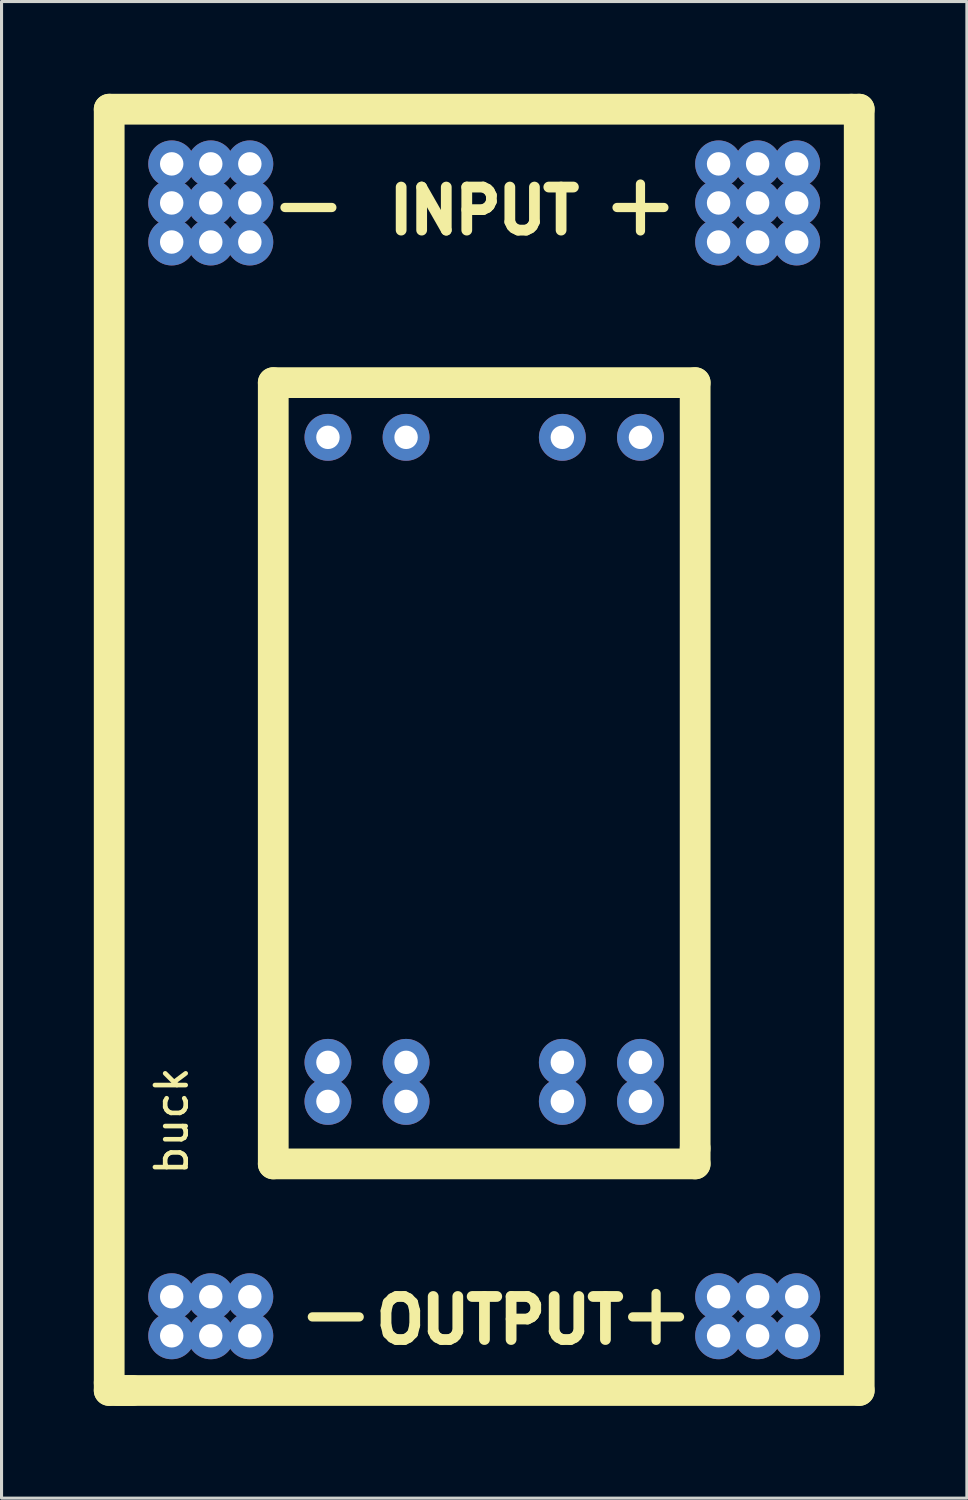
<source format=kicad_pcb>
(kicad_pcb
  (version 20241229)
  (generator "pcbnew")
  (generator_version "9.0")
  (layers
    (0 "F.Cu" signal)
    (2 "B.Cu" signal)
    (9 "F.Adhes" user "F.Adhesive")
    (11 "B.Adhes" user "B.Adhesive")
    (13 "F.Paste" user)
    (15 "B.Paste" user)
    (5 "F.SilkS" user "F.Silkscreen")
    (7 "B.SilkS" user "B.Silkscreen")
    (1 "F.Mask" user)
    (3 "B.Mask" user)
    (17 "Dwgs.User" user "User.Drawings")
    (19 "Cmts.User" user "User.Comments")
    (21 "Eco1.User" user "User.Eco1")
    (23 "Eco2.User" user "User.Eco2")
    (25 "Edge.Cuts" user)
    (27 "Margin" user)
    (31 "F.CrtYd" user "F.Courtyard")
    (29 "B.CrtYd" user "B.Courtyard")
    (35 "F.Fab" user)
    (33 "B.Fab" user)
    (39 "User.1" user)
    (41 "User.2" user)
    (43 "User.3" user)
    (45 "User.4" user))
  (footprint "buck"
    (layer "F.Cu")
    (at 3.802 2.278)
    (property "Reference" "buck" (at -1.27 31.115 90) (layer "F.SilkS") (effects (font (size 1 1) (thickness 0.15))))
    (attr through_hole)
    (fp_line (start -3.302 -1.778) (end -3.302 39.624) (stroke (width 1) (type solid)) (layer "F.SilkS"))
    (fp_line (start -3.302 -1.778) (end 20.828 -1.778) (stroke (width 1) (type solid)) (layer "F.SilkS"))
    (fp_line (start -3.302 39.624) (end -3.302 39.878) (stroke (width 1) (type solid)) (layer "F.SilkS"))
    (fp_line (start -3.302 39.878) (end -2.54 39.878) (stroke (width 1) (type solid)) (layer "F.SilkS"))
    (fp_line (start -3.048 39.878) (end 21.082 39.878) (stroke (width 1) (type solid)) (layer "F.SilkS"))
    (fp_line (start 2.032 7.112) (end 15.748 7.112) (stroke (width 1) (type solid)) (layer "F.SilkS"))
    (fp_line (start 2.032 32.512) (end 2.032 7.112) (stroke (width 1) (type solid)) (layer "F.SilkS"))
    (fp_line (start 15.748 7.112) (end 15.748 32.004) (stroke (width 1) (type solid)) (layer "F.SilkS"))
    (fp_line (start 15.748 32.004) (end 15.748 32.512) (stroke (width 1) (type solid)) (layer "F.SilkS"))
    (fp_line (start 15.748 32.512) (end 2.032 32.512) (stroke (width 1) (type solid)) (layer "F.SilkS"))
    (fp_line (start 21.082 -1.778) (end 20.828 -1.778) (stroke (width 1) (type solid)) (layer "F.SilkS"))
    (fp_line (start 21.082 39.878) (end 21.082 -1.778) (stroke (width 1) (type solid)) (layer "F.SilkS"))
    (fp_text user "-" (at 4.064 37.338 0) (layer "F.SilkS") (effects (font (size 2 2) (thickness 0.3))))
    (fp_text user "OUTPUT" (at 9.398 37.592 180) (layer "F.SilkS") (effects (font (size 1.4 1.4) (thickness 0.35))))
    (fp_text user "INPUT" (at 8.89 1.524 180) (layer "F.SilkS") (effects (font (size 1.4 1.4) (thickness 0.35))))
    (fp_text user "+" (at 14.478 37.338 0) (layer "F.SilkS") (effects (font (size 2 2) (thickness 0.3))))
    (fp_text user "-" (at 3.175 1.27 0) (layer "F.SilkS") (effects (font (size 2 2) (thickness 0.3))))
    (fp_text user "+" (at 13.97 1.27 0) (layer "F.SilkS") (effects (font (size 2 2) (thickness 0.3))))
    (pad "1" thru_hole circle (at -1.27 0) (size 1.524 1.524) (drill 0.762) (layers "*.Cu" "*.Mask"))
    (pad "1" thru_hole circle (at -1.27 1.27) (size 1.524 1.524) (drill 0.762) (layers "*.Cu" "*.Mask"))
    (pad "1" thru_hole circle (at -1.27 2.54) (size 1.524 1.524) (drill 0.762) (layers "*.Cu" "*.Mask"))
    (pad "1" thru_hole circle (at 0 0) (size 1.524 1.524) (drill 0.762) (layers "*.Cu" "*.Mask"))
    (pad "1" thru_hole circle (at 0 1.27) (size 1.524 1.524) (drill 0.762) (layers "*.Cu" "*.Mask"))
    (pad "1" thru_hole circle (at 0 2.54) (size 1.524 1.524) (drill 0.762) (layers "*.Cu" "*.Mask"))
    (pad "1" thru_hole circle (at 1.27 0) (size 1.524 1.524) (drill 0.762) (layers "*.Cu" "*.Mask"))
    (pad "1" thru_hole circle (at 1.27 1.27) (size 1.524 1.524) (drill 0.762) (layers "*.Cu" "*.Mask"))
    (pad "1" thru_hole circle (at 1.27 2.54) (size 1.524 1.524) (drill 0.762) (layers "*.Cu" "*.Mask"))
    (pad "1" thru_hole circle (at 11.43 8.89) (size 1.524 1.524) (drill 0.762) (layers "*.Cu" "*.Mask"))
    (pad "1" thru_hole circle (at 13.97 8.89) (size 1.524 1.524) (drill 0.762) (layers "*.Cu" "*.Mask"))
    (pad "2" thru_hole circle (at 3.81 8.89) (size 1.524 1.524) (drill 0.762) (layers "*.Cu" "*.Mask"))
    (pad "2" thru_hole circle (at 6.35 8.89) (size 1.524 1.524) (drill 0.762) (layers "*.Cu" "*.Mask"))
    (pad "2" thru_hole circle (at 16.51 0) (size 1.524 1.524) (drill 0.762) (layers "*.Cu" "*.Mask"))
    (pad "2" thru_hole circle (at 16.51 1.27) (size 1.524 1.524) (drill 0.762) (layers "*.Cu" "*.Mask"))
    (pad "2" thru_hole circle (at 16.51 2.54) (size 1.524 1.524) (drill 0.762) (layers "*.Cu" "*.Mask"))
    (pad "2" thru_hole circle (at 17.78 0) (size 1.524 1.524) (drill 0.762) (layers "*.Cu" "*.Mask"))
    (pad "2" thru_hole circle (at 17.78 1.27) (size 1.524 1.524) (drill 0.762) (layers "*.Cu" "*.Mask"))
    (pad "2" thru_hole circle (at 17.78 2.54) (size 1.524 1.524) (drill 0.762) (layers "*.Cu" "*.Mask"))
    (pad "2" thru_hole circle (at 19.05 0) (size 1.524 1.524) (drill 0.762) (layers "*.Cu" "*.Mask"))
    (pad "2" thru_hole circle (at 19.05 1.27) (size 1.524 1.524) (drill 0.762) (layers "*.Cu" "*.Mask"))
    (pad "2" thru_hole circle (at 19.05 2.54) (size 1.524 1.524) (drill 0.762) (layers "*.Cu" "*.Mask"))
    (pad "3" thru_hole circle (at -1.27 36.83) (size 1.524 1.524) (drill 0.762) (layers "*.Cu" "*.Mask"))
    (pad "3" thru_hole circle (at -1.27 38.1) (size 1.524 1.524) (drill 0.762) (layers "*.Cu" "*.Mask"))
    (pad "3" thru_hole circle (at 0 36.83) (size 1.524 1.524) (drill 0.762) (layers "*.Cu" "*.Mask"))
    (pad "3" thru_hole circle (at 0 38.1) (size 1.524 1.524) (drill 0.762) (layers "*.Cu" "*.Mask"))
    (pad "3" thru_hole circle (at 1.27 36.83) (size 1.524 1.524) (drill 0.762) (layers "*.Cu" "*.Mask"))
    (pad "3" thru_hole circle (at 1.27 38.1) (size 1.524 1.524) (drill 0.762) (layers "*.Cu" "*.Mask"))
    (pad "3" thru_hole circle (at 11.43 29.21) (size 1.524 1.524) (drill 0.762) (layers "*.Cu" "*.Mask"))
    (pad "3" thru_hole circle (at 11.43 30.48) (size 1.524 1.524) (drill 0.762) (layers "*.Cu" "*.Mask"))
    (pad "3" thru_hole circle (at 13.97 29.21) (size 1.524 1.524) (drill 0.762) (layers "*.Cu" "*.Mask"))
    (pad "3" thru_hole circle (at 13.97 30.48) (size 1.524 1.524) (drill 0.762) (layers "*.Cu" "*.Mask"))
    (pad "4" thru_hole circle (at 3.81 29.21) (size 1.524 1.524) (drill 0.762) (layers "*.Cu" "*.Mask"))
    (pad "4" thru_hole circle (at 3.81 30.48) (size 1.524 1.524) (drill 0.762) (layers "*.Cu" "*.Mask"))
    (pad "4" thru_hole circle (at 6.35 29.21) (size 1.524 1.524) (drill 0.762) (layers "*.Cu" "*.Mask"))
    (pad "4" thru_hole circle (at 6.35 30.48) (size 1.524 1.524) (drill 0.762) (layers "*.Cu" "*.Mask"))
    (pad "4" thru_hole circle (at 16.51 36.83) (size 1.524 1.524) (drill 0.762) (layers "*.Cu" "*.Mask"))
    (pad "4" thru_hole circle (at 16.51 38.1) (size 1.524 1.524) (drill 0.762) (layers "*.Cu" "*.Mask"))
    (pad "4" thru_hole circle (at 17.78 36.83) (size 1.524 1.524) (drill 0.762) (layers "*.Cu" "*.Mask"))
    (pad "4" thru_hole circle (at 17.78 38.1) (size 1.524 1.524) (drill 0.762) (layers "*.Cu" "*.Mask"))
    (pad "4" thru_hole circle (at 19.05 36.83) (size 1.524 1.524) (drill 0.762) (layers "*.Cu" "*.Mask"))
    (pad "4" thru_hole circle (at 19.05 38.1) (size 1.524 1.524) (drill 0.762) (layers "*.Cu" "*.Mask")))
  (gr_rect
    (start -3 -3)
    (end 28.384 45.656)
    (stroke (width 0.1) (type default))
    (fill no)
    (layer "Edge.Cuts")))
</source>
